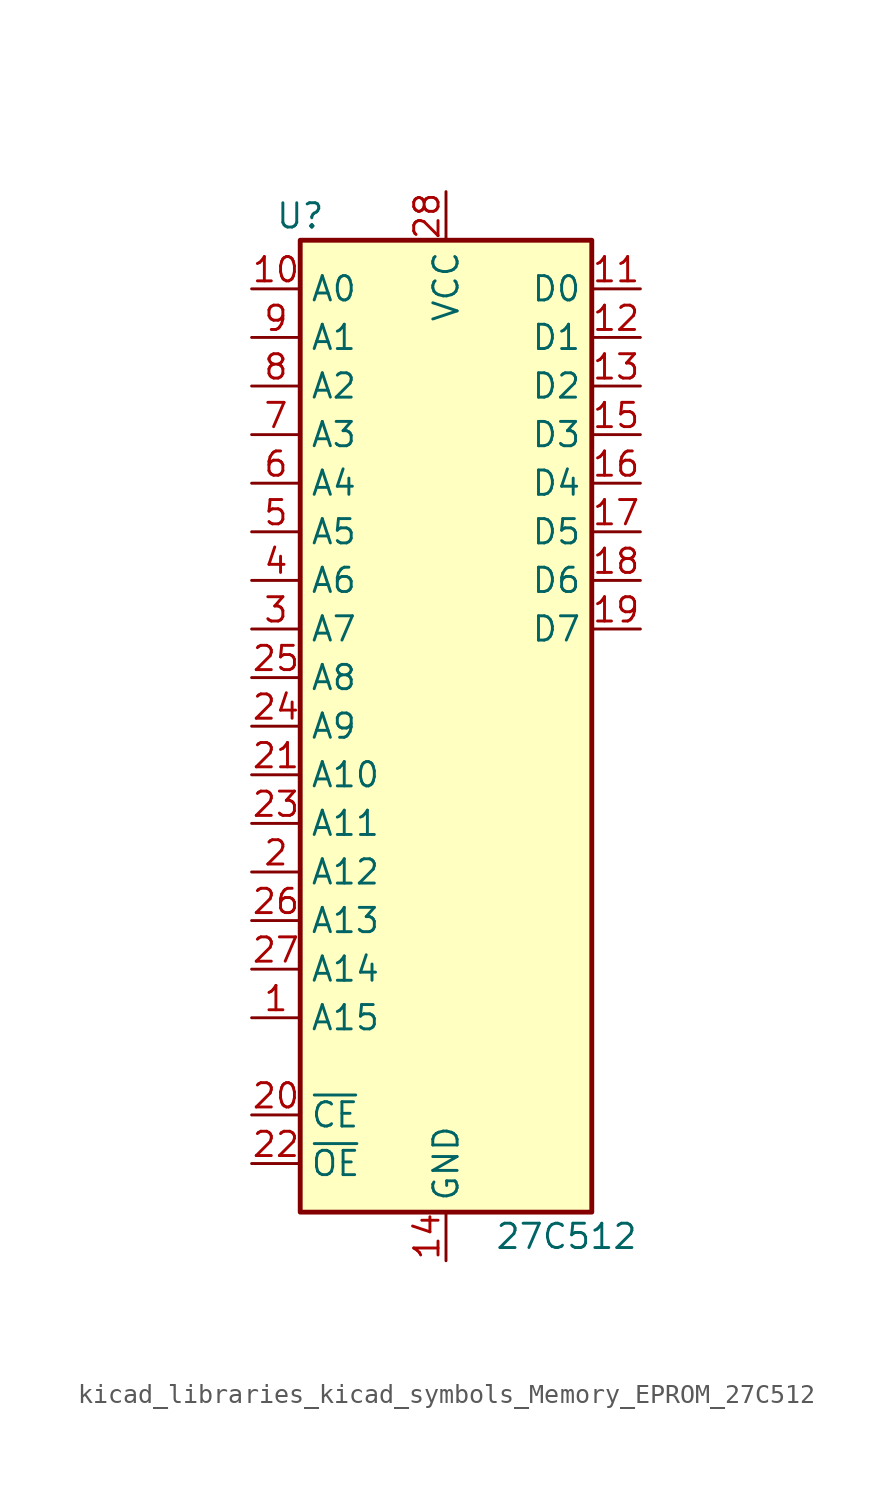
<source format=kicad_sym>
(kicad_symbol_lib
  (version 20220914)
  (generator kicad_symbol_editor)
  (symbol "kicad_libraries_kicad_symbols_Memory_EPROM_27C512"
    (property "Reference" "U"
      (at -7.62 26.67 0)
      (effects (font (size 1.27 1.27))))
    (property "Value" "27C512"
      (at 2.54 -26.67 0)
      (effects (font (size 1.27 1.27)) (justify left)))
    (symbol "kicad_libraries_kicad_symbols_Memory_EPROM_27C512_1_1"
      (rectangle (start -7.62 25.4) (end 7.62 -25.4) (stroke (width 0.254) (type default)) (fill (type background)))
      (pin input line (at -10.16 -15.24 0) (length 2.54) (name "A15" (effects (font (size 1.27 1.27)))) (number "1" (effects (font (size 1.27 1.27)))))
      (pin input line (at -10.16 22.86 0) (length 2.54) (name "A0" (effects (font (size 1.27 1.27)))) (number "10" (effects (font (size 1.27 1.27)))))
      (pin tri_state line (at 10.16 22.86 180) (length 2.54) (name "D0" (effects (font (size 1.27 1.27)))) (number "11" (effects (font (size 1.27 1.27)))))
      (pin tri_state line (at 10.16 20.32 180) (length 2.54) (name "D1" (effects (font (size 1.27 1.27)))) (number "12" (effects (font (size 1.27 1.27)))))
      (pin tri_state line (at 10.16 17.78 180) (length 2.54) (name "D2" (effects (font (size 1.27 1.27)))) (number "13" (effects (font (size 1.27 1.27)))))
      (pin power_in line (at 0 -27.94 90) (length 2.54) (name "GND" (effects (font (size 1.27 1.27)))) (number "14" (effects (font (size 1.27 1.27)))))
      (pin tri_state line (at 10.16 15.24 180) (length 2.54) (name "D3" (effects (font (size 1.27 1.27)))) (number "15" (effects (font (size 1.27 1.27)))))
      (pin tri_state line (at 10.16 12.7 180) (length 2.54) (name "D4" (effects (font (size 1.27 1.27)))) (number "16" (effects (font (size 1.27 1.27)))))
      (pin tri_state line (at 10.16 10.16 180) (length 2.54) (name "D5" (effects (font (size 1.27 1.27)))) (number "17" (effects (font (size 1.27 1.27)))))
      (pin tri_state line (at 10.16 7.62 180) (length 2.54) (name "D6" (effects (font (size 1.27 1.27)))) (number "18" (effects (font (size 1.27 1.27)))))
      (pin tri_state line (at 10.16 5.08 180) (length 2.54) (name "D7" (effects (font (size 1.27 1.27)))) (number "19" (effects (font (size 1.27 1.27)))))
      (pin input line (at -10.16 -7.62 0) (length 2.54) (name "A12" (effects (font (size 1.27 1.27)))) (number "2" (effects (font (size 1.27 1.27)))))
      (pin input line (at -10.16 -20.32 0) (length 2.54) (name "~{CE}" (effects (font (size 1.27 1.27)))) (number "20" (effects (font (size 1.27 1.27)))))
      (pin input line (at -10.16 -2.54 0) (length 2.54) (name "A10" (effects (font (size 1.27 1.27)))) (number "21" (effects (font (size 1.27 1.27)))))
      (pin input line (at -10.16 -22.86 0) (length 2.54) (name "~{OE}" (effects (font (size 1.27 1.27)))) (number "22" (effects (font (size 1.27 1.27)))))
      (pin input line (at -10.16 -5.08 0) (length 2.54) (name "A11" (effects (font (size 1.27 1.27)))) (number "23" (effects (font (size 1.27 1.27)))))
      (pin input line (at -10.16 0 0) (length 2.54) (name "A9" (effects (font (size 1.27 1.27)))) (number "24" (effects (font (size 1.27 1.27)))))
      (pin input line (at -10.16 2.54 0) (length 2.54) (name "A8" (effects (font (size 1.27 1.27)))) (number "25" (effects (font (size 1.27 1.27)))))
      (pin input line (at -10.16 -10.16 0) (length 2.54) (name "A13" (effects (font (size 1.27 1.27)))) (number "26" (effects (font (size 1.27 1.27)))))
      (pin input line (at -10.16 -12.7 0) (length 2.54) (name "A14" (effects (font (size 1.27 1.27)))) (number "27" (effects (font (size 1.27 1.27)))))
      (pin power_in line (at 0 27.94 270) (length 2.54) (name "VCC" (effects (font (size 1.27 1.27)))) (number "28" (effects (font (size 1.27 1.27)))))
      (pin input line (at -10.16 5.08 0) (length 2.54) (name "A7" (effects (font (size 1.27 1.27)))) (number "3" (effects (font (size 1.27 1.27)))))
      (pin input line (at -10.16 7.62 0) (length 2.54) (name "A6" (effects (font (size 1.27 1.27)))) (number "4" (effects (font (size 1.27 1.27)))))
      (pin input line (at -10.16 10.16 0) (length 2.54) (name "A5" (effects (font (size 1.27 1.27)))) (number "5" (effects (font (size 1.27 1.27)))))
      (pin input line (at -10.16 12.7 0) (length 2.54) (name "A4" (effects (font (size 1.27 1.27)))) (number "6" (effects (font (size 1.27 1.27)))))
      (pin input line (at -10.16 15.24 0) (length 2.54) (name "A3" (effects (font (size 1.27 1.27)))) (number "7" (effects (font (size 1.27 1.27)))))
      (pin input line (at -10.16 17.78 0) (length 2.54) (name "A2" (effects (font (size 1.27 1.27)))) (number "8" (effects (font (size 1.27 1.27)))))
      (pin input line (at -10.16 20.32 0) (length 2.54) (name "A1" (effects (font (size 1.27 1.27)))) (number "9" (effects (font (size 1.27 1.27))))))))
</source>
